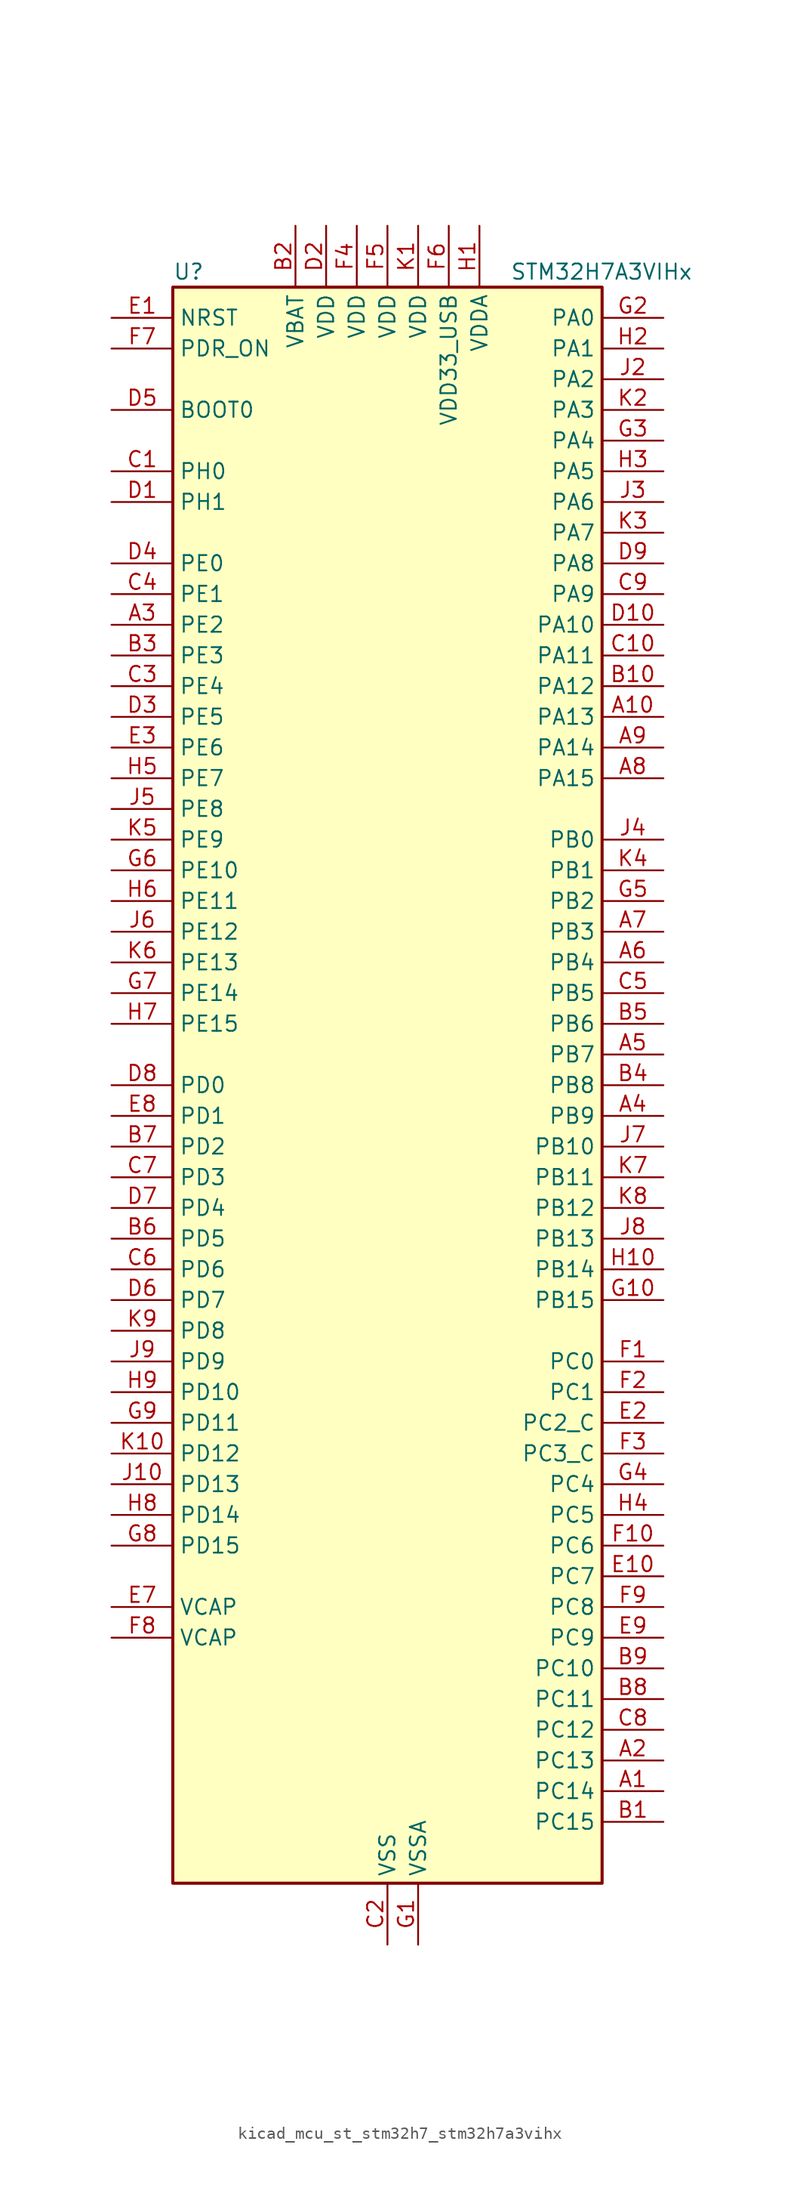
<source format=kicad_sym>
(kicad_symbol_lib
  (version 20220914)
  (generator kicad_symbol_editor)
  (symbol "kicad_mcu_st_stm32h7_stm32h7a3vihx"
    (property "Reference" "U"
      (at -17.78 67.31 0)
      (effects (font (size 1.27 1.27)) (justify left)))
    (property "Value" "STM32H7A3VIHx"
      (at 10.16 67.31 0)
      (effects (font (size 1.27 1.27)) (justify left)))
    (property "ki_locked" ""
      (at 0 0 0)
      (effects (font (size 1.27 1.27))))
    (symbol "kicad_mcu_st_stm32h7_stm32h7a3vihx_0_1"
      (rectangle (start -17.78 -66.04) (end 17.78 66.04) (stroke (width 0.254) (type default)) (fill (type background))))
    (symbol "kicad_mcu_st_stm32h7_stm32h7a3vihx_1_1"
      (pin bidirectional line (at 22.86 -58.42 180) (length 5.08) (name "PC14" (effects (font (size 1.27 1.27)))) (number "A1" (effects (font (size 1.27 1.27)))) (alternate "RCC_OSC32_IN" bidirectional line))
      (pin bidirectional line (at 22.86 30.48 180) (length 5.08) (name "PA13" (effects (font (size 1.27 1.27)))) (number "A10" (effects (font (size 1.27 1.27)))) (alternate "DEBUG_JTMS-SWDIO" bidirectional line))
      (pin bidirectional line (at 22.86 -55.88 180) (length 5.08) (name "PC13" (effects (font (size 1.27 1.27)))) (number "A2" (effects (font (size 1.27 1.27)))) (alternate "PWR_WKUP4" bidirectional line) (alternate "RTC_OUT_ALARM" bidirectional line) (alternate "RTC_OUT_CALIB" bidirectional line) (alternate "RTC_TAMP1" bidirectional line) (alternate "RTC_TS" bidirectional line))
      (pin bidirectional line (at -22.86 38.1 0) (length 5.08) (name "PE2" (effects (font (size 1.27 1.27)))) (number "A3" (effects (font (size 1.27 1.27)))) (alternate "DEBUG_TRACECLK" bidirectional line) (alternate "FMC_A23" bidirectional line) (alternate "OCTOSPIM_P1_IO2" bidirectional line) (alternate "SAI1_CK1" bidirectional line) (alternate "SAI1_MCLK_A" bidirectional line) (alternate "SPI4_SCK" bidirectional line) (alternate "USART10_RX" bidirectional line))
      (pin bidirectional line (at 22.86 -2.54 180) (length 5.08) (name "PB9" (effects (font (size 1.27 1.27)))) (number "A4" (effects (font (size 1.27 1.27)))) (alternate "DAC1_EXTI9" bidirectional line) (alternate "DCMI_D7" bidirectional line) (alternate "DFSDM1_DATIN7" bidirectional line) (alternate "FDCAN1_TX" bidirectional line) (alternate "I2C1_SDA" bidirectional line) (alternate "I2C4_SDA" bidirectional line) (alternate "I2C4_SMBA" bidirectional line) (alternate "I2S2_WS" bidirectional line) (alternate "LTDC_B7" bidirectional line) (alternate "PSSI_D7" bidirectional line) (alternate "SDMMC1_CDIR" bidirectional line) (alternate "SDMMC1_D5" bidirectional line) (alternate "SDMMC2_D5" bidirectional line) (alternate "SPI2_NSS" bidirectional line) (alternate "TIM17_CH1" bidirectional line) (alternate "TIM4_CH4" bidirectional line) (alternate "UART4_TX" bidirectional line))
      (pin bidirectional line (at 22.86 2.54 180) (length 5.08) (name "PB7" (effects (font (size 1.27 1.27)))) (number "A5" (effects (font (size 1.27 1.27)))) (alternate "DCMI_VSYNC" bidirectional line) (alternate "DFSDM1_CKIN5" bidirectional line) (alternate "FMC_NL" bidirectional line) (alternate "I2C1_SDA" bidirectional line) (alternate "I2C4_SDA" bidirectional line) (alternate "LPUART1_RX" bidirectional line) (alternate "PSSI_RDY" bidirectional line) (alternate "PWR_PVD_IN" bidirectional line) (alternate "TIM17_CH1N" bidirectional line) (alternate "TIM4_CH2" bidirectional line) (alternate "USART1_RX" bidirectional line))
      (pin bidirectional line (at 22.86 10.16 180) (length 5.08) (name "PB4" (effects (font (size 1.27 1.27)))) (number "A6" (effects (font (size 1.27 1.27)))) (alternate "DEBUG_JTRST" bidirectional line) (alternate "I2S1_SDI" bidirectional line) (alternate "I2S2_WS" bidirectional line) (alternate "I2S3_SDI" bidirectional line) (alternate "I2S6_SDI" bidirectional line) (alternate "SDMMC2_D3" bidirectional line) (alternate "SPI1_MISO" bidirectional line) (alternate "SPI2_NSS" bidirectional line) (alternate "SPI3_MISO" bidirectional line) (alternate "SPI6_MISO" bidirectional line) (alternate "TIM16_BKIN" bidirectional line) (alternate "TIM3_CH1" bidirectional line) (alternate "UART7_TX" bidirectional line))
      (pin bidirectional line (at 22.86 12.7 180) (length 5.08) (name "PB3" (effects (font (size 1.27 1.27)))) (number "A7" (effects (font (size 1.27 1.27)))) (alternate "CRS_SYNC" bidirectional line) (alternate "DEBUG_JTDO-SWO" bidirectional line) (alternate "I2S1_CK" bidirectional line) (alternate "I2S3_CK" bidirectional line) (alternate "I2S6_CK" bidirectional line) (alternate "SDMMC2_D2" bidirectional line) (alternate "SPI1_SCK" bidirectional line) (alternate "SPI3_SCK" bidirectional line) (alternate "SPI6_SCK" bidirectional line) (alternate "TIM2_CH2" bidirectional line) (alternate "UART7_RX" bidirectional line))
      (pin bidirectional line (at 22.86 25.4 180) (length 5.08) (name "PA15" (effects (font (size 1.27 1.27)))) (number "A8" (effects (font (size 1.27 1.27)))) (alternate "ADC1_EXTI15" bidirectional line) (alternate "ADC2_EXTI15" bidirectional line) (alternate "CEC" bidirectional line) (alternate "DEBUG_JTDI" bidirectional line) (alternate "I2S1_WS" bidirectional line) (alternate "I2S3_WS" bidirectional line) (alternate "I2S6_WS" bidirectional line) (alternate "LTDC_B6" bidirectional line) (alternate "LTDC_R3" bidirectional line) (alternate "SPI1_NSS" bidirectional line) (alternate "SPI3_NSS" bidirectional line) (alternate "SPI6_NSS" bidirectional line) (alternate "TIM2_CH1" bidirectional line) (alternate "TIM2_ETR" bidirectional line) (alternate "UART4_DE" bidirectional line) (alternate "UART4_RTS" bidirectional line) (alternate "UART7_TX" bidirectional line))
      (pin bidirectional line (at 22.86 27.94 180) (length 5.08) (name "PA14" (effects (font (size 1.27 1.27)))) (number "A9" (effects (font (size 1.27 1.27)))) (alternate "DEBUG_JTCK-SWCLK" bidirectional line))
      (pin bidirectional line (at 22.86 -60.96 180) (length 5.08) (name "PC15" (effects (font (size 1.27 1.27)))) (number "B1" (effects (font (size 1.27 1.27)))) (alternate "ADC1_EXTI15" bidirectional line) (alternate "ADC2_EXTI15" bidirectional line) (alternate "RCC_OSC32_OUT" bidirectional line))
      (pin bidirectional line (at 22.86 33.02 180) (length 5.08) (name "PA12" (effects (font (size 1.27 1.27)))) (number "B10" (effects (font (size 1.27 1.27)))) (alternate "FDCAN1_TX" bidirectional line) (alternate "I2S2_CK" bidirectional line) (alternate "LPUART1_DE" bidirectional line) (alternate "LPUART1_RTS" bidirectional line) (alternate "LTDC_R5" bidirectional line) (alternate "SAI2_FS_B" bidirectional line) (alternate "SPI2_SCK" bidirectional line) (alternate "TIM1_ETR" bidirectional line) (alternate "UART4_TX" bidirectional line) (alternate "USART1_DE" bidirectional line) (alternate "USART1_RTS" bidirectional line) (alternate "USB_OTG_HS_DP" bidirectional line))
      (pin power_in line (at -7.62 71.12 270) (length 5.08) (name "VBAT" (effects (font (size 1.27 1.27)))) (number "B2" (effects (font (size 1.27 1.27)))))
      (pin bidirectional line (at -22.86 35.56 0) (length 5.08) (name "PE3" (effects (font (size 1.27 1.27)))) (number "B3" (effects (font (size 1.27 1.27)))) (alternate "DEBUG_TRACED0" bidirectional line) (alternate "FMC_A19" bidirectional line) (alternate "SAI1_SD_B" bidirectional line) (alternate "TIM15_BKIN" bidirectional line) (alternate "USART10_TX" bidirectional line))
      (pin bidirectional line (at 22.86 0 180) (length 5.08) (name "PB8" (effects (font (size 1.27 1.27)))) (number "B4" (effects (font (size 1.27 1.27)))) (alternate "DCMI_D6" bidirectional line) (alternate "DFSDM1_CKIN7" bidirectional line) (alternate "FDCAN1_RX" bidirectional line) (alternate "I2C1_SCL" bidirectional line) (alternate "I2C4_SCL" bidirectional line) (alternate "LTDC_B6" bidirectional line) (alternate "PSSI_D6" bidirectional line) (alternate "SDMMC1_CKIN" bidirectional line) (alternate "SDMMC1_D4" bidirectional line) (alternate "SDMMC2_D4" bidirectional line) (alternate "TIM16_CH1" bidirectional line) (alternate "TIM4_CH3" bidirectional line) (alternate "UART4_RX" bidirectional line))
      (pin bidirectional line (at 22.86 5.08 180) (length 5.08) (name "PB6" (effects (font (size 1.27 1.27)))) (number "B5" (effects (font (size 1.27 1.27)))) (alternate "CEC" bidirectional line) (alternate "DCMI_D5" bidirectional line) (alternate "DFSDM1_DATIN5" bidirectional line) (alternate "FDCAN2_TX" bidirectional line) (alternate "FMC_SDNE1" bidirectional line) (alternate "I2C1_SCL" bidirectional line) (alternate "I2C4_SCL" bidirectional line) (alternate "LPUART1_TX" bidirectional line) (alternate "OCTOSPIM_P1_NCS" bidirectional line) (alternate "PSSI_D5" bidirectional line) (alternate "TIM16_CH1N" bidirectional line) (alternate "TIM4_CH1" bidirectional line) (alternate "UART5_TX" bidirectional line) (alternate "USART1_TX" bidirectional line))
      (pin bidirectional line (at -22.86 -12.7 0) (length 5.08) (name "PD5" (effects (font (size 1.27 1.27)))) (number "B6" (effects (font (size 1.27 1.27)))) (alternate "FMC_NWE" bidirectional line) (alternate "OCTOSPIM_P1_IO5" bidirectional line) (alternate "USART2_TX" bidirectional line))
      (pin bidirectional line (at -22.86 -5.08 0) (length 5.08) (name "PD2" (effects (font (size 1.27 1.27)))) (number "B7" (effects (font (size 1.27 1.27)))) (alternate "DCMI_D11" bidirectional line) (alternate "DEBUG_TRACED2" bidirectional line) (alternate "LTDC_B2" bidirectional line) (alternate "LTDC_B7" bidirectional line) (alternate "PSSI_D11" bidirectional line) (alternate "SDMMC1_CMD" bidirectional line) (alternate "TIM15_BKIN" bidirectional line) (alternate "TIM3_ETR" bidirectional line) (alternate "UART5_RX" bidirectional line))
      (pin bidirectional line (at 22.86 -50.8 180) (length 5.08) (name "PC11" (effects (font (size 1.27 1.27)))) (number "B8" (effects (font (size 1.27 1.27)))) (alternate "ADC1_EXTI11" bidirectional line) (alternate "ADC2_EXTI11" bidirectional line) (alternate "DCMI_D4" bidirectional line) (alternate "DFSDM1_DATIN5" bidirectional line) (alternate "DFSDM2_DATIN0" bidirectional line) (alternate "I2S3_SDI" bidirectional line) (alternate "LTDC_B4" bidirectional line) (alternate "OCTOSPIM_P1_NCS" bidirectional line) (alternate "PSSI_D4" bidirectional line) (alternate "SDMMC1_D3" bidirectional line) (alternate "SPI3_MISO" bidirectional line) (alternate "UART4_RX" bidirectional line) (alternate "USART3_RX" bidirectional line))
      (pin bidirectional line (at 22.86 -48.26 180) (length 5.08) (name "PC10" (effects (font (size 1.27 1.27)))) (number "B9" (effects (font (size 1.27 1.27)))) (alternate "DCMI_D8" bidirectional line) (alternate "DFSDM1_CKIN5" bidirectional line) (alternate "DFSDM2_CKIN0" bidirectional line) (alternate "I2S3_CK" bidirectional line) (alternate "LTDC_B1" bidirectional line) (alternate "LTDC_R2" bidirectional line) (alternate "OCTOSPIM_P1_IO1" bidirectional line) (alternate "PSSI_D8" bidirectional line) (alternate "SDMMC1_D2" bidirectional line) (alternate "SPI3_SCK" bidirectional line) (alternate "SWPMI1_RX" bidirectional line) (alternate "UART4_TX" bidirectional line) (alternate "USART3_TX" bidirectional line))
      (pin bidirectional line (at -22.86 50.8 0) (length 5.08) (name "PH0" (effects (font (size 1.27 1.27)))) (number "C1" (effects (font (size 1.27 1.27)))) (alternate "RCC_OSC_IN" bidirectional line))
      (pin bidirectional line (at 22.86 35.56 180) (length 5.08) (name "PA11" (effects (font (size 1.27 1.27)))) (number "C10" (effects (font (size 1.27 1.27)))) (alternate "ADC1_EXTI11" bidirectional line) (alternate "ADC2_EXTI11" bidirectional line) (alternate "FDCAN1_RX" bidirectional line) (alternate "I2S2_WS" bidirectional line) (alternate "LPUART1_CTS" bidirectional line) (alternate "LTDC_R4" bidirectional line) (alternate "SPI2_NSS" bidirectional line) (alternate "TIM1_CH4" bidirectional line) (alternate "UART4_RX" bidirectional line) (alternate "USART1_CTS" bidirectional line) (alternate "USART1_NSS" bidirectional line) (alternate "USB_OTG_HS_DM" bidirectional line))
      (pin power_in line (at 0 -71.12 90) (length 5.08) (name "VSS" (effects (font (size 1.27 1.27)))) (number "C2" (effects (font (size 1.27 1.27)))))
      (pin bidirectional line (at -22.86 33.02 0) (length 5.08) (name "PE4" (effects (font (size 1.27 1.27)))) (number "C3" (effects (font (size 1.27 1.27)))) (alternate "DCMI_D4" bidirectional line) (alternate "DEBUG_TRACED1" bidirectional line) (alternate "DFSDM1_DATIN3" bidirectional line) (alternate "FMC_A20" bidirectional line) (alternate "LTDC_B0" bidirectional line) (alternate "PSSI_D4" bidirectional line) (alternate "SAI1_D2" bidirectional line) (alternate "SAI1_FS_A" bidirectional line) (alternate "SPI4_NSS" bidirectional line) (alternate "TIM15_CH1N" bidirectional line))
      (pin bidirectional line (at -22.86 40.64 0) (length 5.08) (name "PE1" (effects (font (size 1.27 1.27)))) (number "C4" (effects (font (size 1.27 1.27)))) (alternate "DCMI_D3" bidirectional line) (alternate "FMC_NBL1" bidirectional line) (alternate "LPTIM1_IN2" bidirectional line) (alternate "LTDC_R6" bidirectional line) (alternate "PSSI_D3" bidirectional line) (alternate "UART8_TX" bidirectional line))
      (pin bidirectional line (at 22.86 7.62 180) (length 5.08) (name "PB5" (effects (font (size 1.27 1.27)))) (number "C5" (effects (font (size 1.27 1.27)))) (alternate "DCMI_D10" bidirectional line) (alternate "FDCAN2_RX" bidirectional line) (alternate "FMC_SDCKE1" bidirectional line) (alternate "I2C1_SMBA" bidirectional line) (alternate "I2C4_SMBA" bidirectional line) (alternate "I2S1_SDO" bidirectional line) (alternate "I2S3_SDO" bidirectional line) (alternate "I2S6_SDO" bidirectional line) (alternate "LTDC_B5" bidirectional line) (alternate "PSSI_D10" bidirectional line) (alternate "SPI1_MOSI" bidirectional line) (alternate "SPI3_MOSI" bidirectional line) (alternate "SPI6_MOSI" bidirectional line) (alternate "TIM17_BKIN" bidirectional line) (alternate "TIM3_CH2" bidirectional line) (alternate "UART5_RX" bidirectional line) (alternate "USB_OTG_HS_ULPI_D7" bidirectional line))
      (pin bidirectional line (at -22.86 -15.24 0) (length 5.08) (name "PD6" (effects (font (size 1.27 1.27)))) (number "C6" (effects (font (size 1.27 1.27)))) (alternate "DCMI_D10" bidirectional line) (alternate "DFSDM1_CKIN4" bidirectional line) (alternate "DFSDM1_DATIN1" bidirectional line) (alternate "FMC_NWAIT" bidirectional line) (alternate "I2S3_SDO" bidirectional line) (alternate "LTDC_B2" bidirectional line) (alternate "OCTOSPIM_P1_IO6" bidirectional line) (alternate "PSSI_D10" bidirectional line) (alternate "SAI1_D1" bidirectional line) (alternate "SAI1_SD_A" bidirectional line) (alternate "SDMMC2_CK" bidirectional line) (alternate "SPI3_MOSI" bidirectional line) (alternate "USART2_RX" bidirectional line))
      (pin bidirectional line (at -22.86 -7.62 0) (length 5.08) (name "PD3" (effects (font (size 1.27 1.27)))) (number "C7" (effects (font (size 1.27 1.27)))) (alternate "DCMI_D5" bidirectional line) (alternate "DFSDM1_CKOUT" bidirectional line) (alternate "FMC_CLK" bidirectional line) (alternate "I2S2_CK" bidirectional line) (alternate "LTDC_G7" bidirectional line) (alternate "PSSI_D5" bidirectional line) (alternate "SPI2_SCK" bidirectional line) (alternate "USART2_CTS" bidirectional line) (alternate "USART2_NSS" bidirectional line))
      (pin bidirectional line (at 22.86 -53.34 180) (length 5.08) (name "PC12" (effects (font (size 1.27 1.27)))) (number "C8" (effects (font (size 1.27 1.27)))) (alternate "DCMI_D9" bidirectional line) (alternate "DEBUG_TRACED3" bidirectional line) (alternate "DFSDM2_CKOUT" bidirectional line) (alternate "I2S3_SDO" bidirectional line) (alternate "I2S6_CK" bidirectional line) (alternate "LTDC_R6" bidirectional line) (alternate "PSSI_D9" bidirectional line) (alternate "SDMMC1_CK" bidirectional line) (alternate "SPI3_MOSI" bidirectional line) (alternate "SPI6_SCK" bidirectional line) (alternate "TIM15_CH1" bidirectional line) (alternate "UART5_TX" bidirectional line) (alternate "USART3_CK" bidirectional line))
      (pin bidirectional line (at 22.86 40.64 180) (length 5.08) (name "PA9" (effects (font (size 1.27 1.27)))) (number "C9" (effects (font (size 1.27 1.27)))) (alternate "DAC1_EXTI9" bidirectional line) (alternate "DCMI_D0" bidirectional line) (alternate "I2C3_SMBA" bidirectional line) (alternate "I2S2_CK" bidirectional line) (alternate "LPUART1_TX" bidirectional line) (alternate "LTDC_R5" bidirectional line) (alternate "PSSI_D0" bidirectional line) (alternate "SPI2_SCK" bidirectional line) (alternate "TIM1_CH2" bidirectional line) (alternate "USART1_TX" bidirectional line) (alternate "USB_OTG_HS_VBUS" bidirectional line))
      (pin bidirectional line (at -22.86 48.26 0) (length 5.08) (name "PH1" (effects (font (size 1.27 1.27)))) (number "D1" (effects (font (size 1.27 1.27)))) (alternate "RCC_OSC_OUT" bidirectional line))
      (pin bidirectional line (at 22.86 38.1 180) (length 5.08) (name "PA10" (effects (font (size 1.27 1.27)))) (number "D10" (effects (font (size 1.27 1.27)))) (alternate "DCMI_D1" bidirectional line) (alternate "LPUART1_RX" bidirectional line) (alternate "LTDC_B1" bidirectional line) (alternate "LTDC_B4" bidirectional line) (alternate "MDIOS_MDIO" bidirectional line) (alternate "PSSI_D1" bidirectional line) (alternate "TIM1_CH3" bidirectional line) (alternate "USART1_RX" bidirectional line) (alternate "USB_OTG_HS_ID" bidirectional line))
      (pin power_in line (at -5.08 71.12 270) (length 5.08) (name "VDD" (effects (font (size 1.27 1.27)))) (number "D2" (effects (font (size 1.27 1.27)))))
      (pin bidirectional line (at -22.86 30.48 0) (length 5.08) (name "PE5" (effects (font (size 1.27 1.27)))) (number "D3" (effects (font (size 1.27 1.27)))) (alternate "DCMI_D6" bidirectional line) (alternate "DEBUG_TRACED2" bidirectional line) (alternate "DFSDM1_CKIN3" bidirectional line) (alternate "FMC_A21" bidirectional line) (alternate "LTDC_G0" bidirectional line) (alternate "PSSI_D6" bidirectional line) (alternate "SAI1_CK2" bidirectional line) (alternate "SAI1_SCK_A" bidirectional line) (alternate "SPI4_MISO" bidirectional line) (alternate "TIM15_CH1" bidirectional line))
      (pin bidirectional line (at -22.86 43.18 0) (length 5.08) (name "PE0" (effects (font (size 1.27 1.27)))) (number "D4" (effects (font (size 1.27 1.27)))) (alternate "DCMI_D2" bidirectional line) (alternate "FMC_NBL0" bidirectional line) (alternate "LPTIM1_ETR" bidirectional line) (alternate "LPTIM2_ETR" bidirectional line) (alternate "LTDC_R0" bidirectional line) (alternate "PSSI_D2" bidirectional line) (alternate "SAI2_MCLK_A" bidirectional line) (alternate "TIM4_ETR" bidirectional line) (alternate "UART8_RX" bidirectional line))
      (pin input line (at -22.86 55.88 0) (length 5.08) (name "BOOT0" (effects (font (size 1.27 1.27)))) (number "D5" (effects (font (size 1.27 1.27)))))
      (pin bidirectional line (at -22.86 -17.78 0) (length 5.08) (name "PD7" (effects (font (size 1.27 1.27)))) (number "D6" (effects (font (size 1.27 1.27)))) (alternate "DFSDM1_CKIN1" bidirectional line) (alternate "DFSDM1_DATIN4" bidirectional line) (alternate "FMC_NE1" bidirectional line) (alternate "I2S1_SDO" bidirectional line) (alternate "OCTOSPIM_P1_IO7" bidirectional line) (alternate "SDMMC2_CMD" bidirectional line) (alternate "SPDIFRX_IN0" bidirectional line) (alternate "SPI1_MOSI" bidirectional line) (alternate "USART2_CK" bidirectional line))
      (pin bidirectional line (at -22.86 -10.16 0) (length 5.08) (name "PD4" (effects (font (size 1.27 1.27)))) (number "D7" (effects (font (size 1.27 1.27)))) (alternate "FMC_NOE" bidirectional line) (alternate "OCTOSPIM_P1_IO4" bidirectional line) (alternate "USART2_DE" bidirectional line) (alternate "USART2_RTS" bidirectional line))
      (pin bidirectional line (at -22.86 0 0) (length 5.08) (name "PD0" (effects (font (size 1.27 1.27)))) (number "D8" (effects (font (size 1.27 1.27)))) (alternate "DFSDM1_CKIN6" bidirectional line) (alternate "FDCAN1_RX" bidirectional line) (alternate "FMC_D2" bidirectional line) (alternate "FMC_DA2" bidirectional line) (alternate "LTDC_B1" bidirectional line) (alternate "UART4_RX" bidirectional line) (alternate "UART9_CTS" bidirectional line))
      (pin bidirectional line (at 22.86 43.18 180) (length 5.08) (name "PA8" (effects (font (size 1.27 1.27)))) (number "D9" (effects (font (size 1.27 1.27)))) (alternate "I2C3_SCL" bidirectional line) (alternate "LTDC_B3" bidirectional line) (alternate "LTDC_R6" bidirectional line) (alternate "RCC_MCO_1" bidirectional line) (alternate "TIM1_CH1" bidirectional line) (alternate "TIM8_BKIN2" bidirectional line) (alternate "TIM8_BKIN2_COMP1" bidirectional line) (alternate "TIM8_BKIN2_COMP2" bidirectional line) (alternate "UART7_RX" bidirectional line) (alternate "USART1_CK" bidirectional line) (alternate "USB_OTG_HS_SOF" bidirectional line))
      (pin input line (at -22.86 63.5 0) (length 5.08) (name "NRST" (effects (font (size 1.27 1.27)))) (number "E1" (effects (font (size 1.27 1.27)))))
      (pin bidirectional line (at 22.86 -40.64 180) (length 5.08) (name "PC7" (effects (font (size 1.27 1.27)))) (number "E10" (effects (font (size 1.27 1.27)))) (alternate "DCMI_D1" bidirectional line) (alternate "DEBUG_TRGIO" bidirectional line) (alternate "DFSDM1_DATIN3" bidirectional line) (alternate "FMC_NE1" bidirectional line) (alternate "I2S3_MCK" bidirectional line) (alternate "LTDC_G6" bidirectional line) (alternate "PSSI_D1" bidirectional line) (alternate "SDMMC1_D123DIR" bidirectional line) (alternate "SDMMC1_D7" bidirectional line) (alternate "SDMMC2_D7" bidirectional line) (alternate "SWPMI1_TX" bidirectional line) (alternate "TIM3_CH2" bidirectional line) (alternate "TIM8_CH2" bidirectional line) (alternate "USART6_RX" bidirectional line))
      (pin bidirectional line (at 22.86 -27.94 180) (length 5.08) (name "PC2_C" (effects (font (size 1.27 1.27)))) (number "E2" (effects (font (size 1.27 1.27)))) (alternate "ADC2_INN1" bidirectional line) (alternate "ADC2_INP0" bidirectional line) (alternate "DFSDM1_CKIN1" bidirectional line) (alternate "DFSDM1_CKOUT" bidirectional line) (alternate "FMC_SDNE0" bidirectional line) (alternate "I2S2_SDI" bidirectional line) (alternate "OCTOSPIM_P1_IO2" bidirectional line) (alternate "OCTOSPIM_P1_IO5" bidirectional line) (alternate "PWR_CSTOP" bidirectional line) (alternate "SPI2_MISO" bidirectional line) (alternate "USB_OTG_HS_ULPI_DIR" bidirectional line))
      (pin bidirectional line (at -22.86 27.94 0) (length 5.08) (name "PE6" (effects (font (size 1.27 1.27)))) (number "E3" (effects (font (size 1.27 1.27)))) (alternate "DCMI_D7" bidirectional line) (alternate "DEBUG_TRACED3" bidirectional line) (alternate "FMC_A22" bidirectional line) (alternate "LTDC_G1" bidirectional line) (alternate "PSSI_D7" bidirectional line) (alternate "SAI1_D1" bidirectional line) (alternate "SAI1_SD_A" bidirectional line) (alternate "SAI2_MCLK_B" bidirectional line) (alternate "SPI4_MOSI" bidirectional line) (alternate "TIM15_CH2" bidirectional line) (alternate "TIM1_BKIN2" bidirectional line) (alternate "TIM1_BKIN2_COMP1" bidirectional line) (alternate "TIM1_BKIN2_COMP2" bidirectional line))
      (pin passive line (at 0 -71.12 90) (length 5.08) hide (name "VSS" (effects (font (size 1.27 1.27)))) (number "E4" (effects (font (size 1.27 1.27)))))
      (pin passive line (at 0 -71.12 90) (length 5.08) hide (name "VSS" (effects (font (size 1.27 1.27)))) (number "E5" (effects (font (size 1.27 1.27)))))
      (pin passive line (at 0 -71.12 90) (length 5.08) hide (name "VSS" (effects (font (size 1.27 1.27)))) (number "E6" (effects (font (size 1.27 1.27)))))
      (pin power_out line (at -22.86 -43.18 0) (length 5.08) (name "VCAP" (effects (font (size 1.27 1.27)))) (number "E7" (effects (font (size 1.27 1.27)))))
      (pin bidirectional line (at -22.86 -2.54 0) (length 5.08) (name "PD1" (effects (font (size 1.27 1.27)))) (number "E8" (effects (font (size 1.27 1.27)))) (alternate "DFSDM1_DATIN6" bidirectional line) (alternate "FDCAN1_TX" bidirectional line) (alternate "FMC_D3" bidirectional line) (alternate "FMC_DA3" bidirectional line) (alternate "UART4_TX" bidirectional line))
      (pin bidirectional line (at 22.86 -45.72 180) (length 5.08) (name "PC9" (effects (font (size 1.27 1.27)))) (number "E9" (effects (font (size 1.27 1.27)))) (alternate "DAC1_EXTI9" bidirectional line) (alternate "DCMI_D3" bidirectional line) (alternate "I2C3_SDA" bidirectional line) (alternate "I2S_CKIN" bidirectional line) (alternate "LTDC_B2" bidirectional line) (alternate "LTDC_G3" bidirectional line) (alternate "OCTOSPIM_P1_IO0" bidirectional line) (alternate "PSSI_D3" bidirectional line) (alternate "RCC_MCO_2" bidirectional line) (alternate "SDMMC1_D1" bidirectional line) (alternate "SWPMI1_SUSPEND" bidirectional line) (alternate "TIM3_CH4" bidirectional line) (alternate "TIM8_CH4" bidirectional line) (alternate "UART5_CTS" bidirectional line))
      (pin bidirectional line (at 22.86 -22.86 180) (length 5.08) (name "PC0" (effects (font (size 1.27 1.27)))) (number "F1" (effects (font (size 1.27 1.27)))) (alternate "ADC1_INP10" bidirectional line) (alternate "ADC2_INP10" bidirectional line) (alternate "DFSDM1_CKIN0" bidirectional line) (alternate "DFSDM1_DATIN4" bidirectional line) (alternate "FMC_A25" bidirectional line) (alternate "FMC_SDNWE" bidirectional line) (alternate "LTDC_G2" bidirectional line) (alternate "LTDC_R5" bidirectional line) (alternate "SAI2_FS_B" bidirectional line) (alternate "USB_OTG_HS_ULPI_STP" bidirectional line))
      (pin bidirectional line (at 22.86 -38.1 180) (length 5.08) (name "PC6" (effects (font (size 1.27 1.27)))) (number "F10" (effects (font (size 1.27 1.27)))) (alternate "DCMI_D0" bidirectional line) (alternate "DFSDM1_CKIN3" bidirectional line) (alternate "FMC_NWAIT" bidirectional line) (alternate "I2S2_MCK" bidirectional line) (alternate "LTDC_HSYNC" bidirectional line) (alternate "PSSI_D0" bidirectional line) (alternate "SDMMC1_D0DIR" bidirectional line) (alternate "SDMMC1_D6" bidirectional line) (alternate "SDMMC2_D6" bidirectional line) (alternate "SWPMI1_IO" bidirectional line) (alternate "TIM3_CH1" bidirectional line) (alternate "TIM8_CH1" bidirectional line) (alternate "USART6_TX" bidirectional line))
      (pin bidirectional line (at 22.86 -25.4 180) (length 5.08) (name "PC1" (effects (font (size 1.27 1.27)))) (number "F2" (effects (font (size 1.27 1.27)))) (alternate "ADC1_INN10" bidirectional line) (alternate "ADC1_INP11" bidirectional line) (alternate "ADC2_INN10" bidirectional line) (alternate "ADC2_INP11" bidirectional line) (alternate "DEBUG_TRACED0" bidirectional line) (alternate "DFSDM1_CKIN4" bidirectional line) (alternate "DFSDM1_DATIN0" bidirectional line) (alternate "I2S2_SDO" bidirectional line) (alternate "LTDC_G5" bidirectional line) (alternate "MDIOS_MDC" bidirectional line) (alternate "OCTOSPIM_P1_IO4" bidirectional line) (alternate "PWR_WKUP6" bidirectional line) (alternate "RTC_TAMP3" bidirectional line) (alternate "SAI1_D1" bidirectional line) (alternate "SAI1_SD_A" bidirectional line) (alternate "SDMMC2_CK" bidirectional line) (alternate "SPI2_MOSI" bidirectional line))
      (pin bidirectional line (at 22.86 -30.48 180) (length 5.08) (name "PC3_C" (effects (font (size 1.27 1.27)))) (number "F3" (effects (font (size 1.27 1.27)))) (alternate "ADC2_INP1" bidirectional line) (alternate "DFSDM1_DATIN1" bidirectional line) (alternate "FMC_SDCKE0" bidirectional line) (alternate "I2S2_SDO" bidirectional line) (alternate "OCTOSPIM_P1_IO0" bidirectional line) (alternate "OCTOSPIM_P1_IO6" bidirectional line) (alternate "PWR_CSLEEP" bidirectional line) (alternate "SPI2_MOSI" bidirectional line) (alternate "USB_OTG_HS_ULPI_NXT" bidirectional line))
      (pin power_in line (at -2.54 71.12 270) (length 5.08) (name "VDD" (effects (font (size 1.27 1.27)))) (number "F4" (effects (font (size 1.27 1.27)))))
      (pin power_in line (at 0 71.12 270) (length 5.08) (name "VDD" (effects (font (size 1.27 1.27)))) (number "F5" (effects (font (size 1.27 1.27)))))
      (pin power_in line (at 5.08 71.12 270) (length 5.08) (name "VDD33_USB" (effects (font (size 1.27 1.27)))) (number "F6" (effects (font (size 1.27 1.27)))))
      (pin input line (at -22.86 60.96 0) (length 5.08) (name "PDR_ON" (effects (font (size 1.27 1.27)))) (number "F7" (effects (font (size 1.27 1.27)))))
      (pin power_out line (at -22.86 -45.72 0) (length 5.08) (name "VCAP" (effects (font (size 1.27 1.27)))) (number "F8" (effects (font (size 1.27 1.27)))))
      (pin bidirectional line (at 22.86 -43.18 180) (length 5.08) (name "PC8" (effects (font (size 1.27 1.27)))) (number "F9" (effects (font (size 1.27 1.27)))) (alternate "DCMI_D2" bidirectional line) (alternate "DEBUG_TRACED1" bidirectional line) (alternate "FMC_INT" bidirectional line) (alternate "FMC_NCE" bidirectional line) (alternate "FMC_NE2" bidirectional line) (alternate "PSSI_D2" bidirectional line) (alternate "SDMMC1_D0" bidirectional line) (alternate "SWPMI1_RX" bidirectional line) (alternate "TIM3_CH3" bidirectional line) (alternate "TIM8_CH3" bidirectional line) (alternate "UART5_DE" bidirectional line) (alternate "UART5_RTS" bidirectional line) (alternate "USART6_CK" bidirectional line))
      (pin power_in line (at 2.54 -71.12 90) (length 5.08) (name "VSSA" (effects (font (size 1.27 1.27)))) (number "G1" (effects (font (size 1.27 1.27)))))
      (pin bidirectional line (at 22.86 -17.78 180) (length 5.08) (name "PB15" (effects (font (size 1.27 1.27)))) (number "G10" (effects (font (size 1.27 1.27)))) (alternate "ADC1_EXTI15" bidirectional line) (alternate "ADC2_EXTI15" bidirectional line) (alternate "DFSDM1_CKIN2" bidirectional line) (alternate "I2S2_SDO" bidirectional line) (alternate "LTDC_G7" bidirectional line) (alternate "RTC_REFIN" bidirectional line) (alternate "SDMMC2_D1" bidirectional line) (alternate "SPI2_MOSI" bidirectional line) (alternate "TIM12_CH2" bidirectional line) (alternate "TIM1_CH3N" bidirectional line) (alternate "TIM8_CH3N" bidirectional line) (alternate "UART4_CTS" bidirectional line) (alternate "USART1_RX" bidirectional line))
      (pin bidirectional line (at 22.86 63.5 180) (length 5.08) (name "PA0" (effects (font (size 1.27 1.27)))) (number "G2" (effects (font (size 1.27 1.27)))) (alternate "ADC1_INP16" bidirectional line) (alternate "I2S6_WS" bidirectional line) (alternate "PWR_WKUP1" bidirectional line) (alternate "SAI2_SD_B" bidirectional line) (alternate "SDMMC2_CMD" bidirectional line) (alternate "SPI6_NSS" bidirectional line) (alternate "TIM15_BKIN" bidirectional line) (alternate "TIM2_CH1" bidirectional line) (alternate "TIM2_ETR" bidirectional line) (alternate "TIM5_CH1" bidirectional line) (alternate "TIM8_ETR" bidirectional line) (alternate "UART4_TX" bidirectional line) (alternate "USART2_CTS" bidirectional line) (alternate "USART2_NSS" bidirectional line))
      (pin bidirectional line (at 22.86 53.34 180) (length 5.08) (name "PA4" (effects (font (size 1.27 1.27)))) (number "G3" (effects (font (size 1.27 1.27)))) (alternate "ADC1_INP18" bidirectional line) (alternate "DAC1_OUT1" bidirectional line) (alternate "DCMI_HSYNC" bidirectional line) (alternate "I2S1_WS" bidirectional line) (alternate "I2S3_WS" bidirectional line) (alternate "I2S6_WS" bidirectional line) (alternate "LTDC_VSYNC" bidirectional line) (alternate "PSSI_DE" bidirectional line) (alternate "SPI1_NSS" bidirectional line) (alternate "SPI3_NSS" bidirectional line) (alternate "SPI6_NSS" bidirectional line) (alternate "TIM5_ETR" bidirectional line) (alternate "USART2_CK" bidirectional line))
      (pin bidirectional line (at 22.86 -33.02 180) (length 5.08) (name "PC4" (effects (font (size 1.27 1.27)))) (number "G4" (effects (font (size 1.27 1.27)))) (alternate "ADC1_INP4" bidirectional line) (alternate "ADC2_INP4" bidirectional line) (alternate "COMP1_INM" bidirectional line) (alternate "DFSDM1_CKIN2" bidirectional line) (alternate "FMC_SDNE0" bidirectional line) (alternate "I2S1_MCK" bidirectional line) (alternate "LTDC_R7" bidirectional line) (alternate "OPAMP1_VOUT" bidirectional line) (alternate "SPDIFRX_IN2" bidirectional line))
      (pin bidirectional line (at 22.86 15.24 180) (length 5.08) (name "PB2" (effects (font (size 1.27 1.27)))) (number "G5" (effects (font (size 1.27 1.27)))) (alternate "COMP1_INP" bidirectional line) (alternate "DFSDM1_CKIN1" bidirectional line) (alternate "I2S3_SDO" bidirectional line) (alternate "OCTOSPIM_P1_CLK" bidirectional line) (alternate "OCTOSPIM_P1_DQS" bidirectional line) (alternate "RTC_OUT_ALARM" bidirectional line) (alternate "RTC_OUT_CALIB" bidirectional line) (alternate "SAI1_D1" bidirectional line) (alternate "SAI1_SD_A" bidirectional line) (alternate "SPI3_MOSI" bidirectional line))
      (pin bidirectional line (at -22.86 17.78 0) (length 5.08) (name "PE10" (effects (font (size 1.27 1.27)))) (number "G6" (effects (font (size 1.27 1.27)))) (alternate "COMP2_INM" bidirectional line) (alternate "DFSDM1_DATIN4" bidirectional line) (alternate "FMC_D7" bidirectional line) (alternate "FMC_DA7" bidirectional line) (alternate "OCTOSPIM_P1_IO7" bidirectional line) (alternate "TIM1_CH2N" bidirectional line) (alternate "UART7_CTS" bidirectional line))
      (pin bidirectional line (at -22.86 7.62 0) (length 5.08) (name "PE14" (effects (font (size 1.27 1.27)))) (number "G7" (effects (font (size 1.27 1.27)))) (alternate "FMC_D11" bidirectional line) (alternate "FMC_DA11" bidirectional line) (alternate "LTDC_CLK" bidirectional line) (alternate "SAI2_MCLK_B" bidirectional line) (alternate "SPI4_MOSI" bidirectional line) (alternate "TIM1_CH4" bidirectional line))
      (pin bidirectional line (at -22.86 -38.1 0) (length 5.08) (name "PD15" (effects (font (size 1.27 1.27)))) (number "G8" (effects (font (size 1.27 1.27)))) (alternate "ADC1_EXTI15" bidirectional line) (alternate "ADC2_EXTI15" bidirectional line) (alternate "FMC_D1" bidirectional line) (alternate "FMC_DA1" bidirectional line) (alternate "TIM4_CH4" bidirectional line) (alternate "UART8_DE" bidirectional line) (alternate "UART8_RTS" bidirectional line) (alternate "UART9_TX" bidirectional line))
      (pin bidirectional line (at -22.86 -27.94 0) (length 5.08) (name "PD11" (effects (font (size 1.27 1.27)))) (number "G9" (effects (font (size 1.27 1.27)))) (alternate "ADC1_EXTI11" bidirectional line) (alternate "ADC2_EXTI11" bidirectional line) (alternate "FMC_A16" bidirectional line) (alternate "FMC_CLE" bidirectional line) (alternate "I2C4_SMBA" bidirectional line) (alternate "LPTIM2_IN2" bidirectional line) (alternate "OCTOSPIM_P1_IO0" bidirectional line) (alternate "SAI2_SD_A" bidirectional line) (alternate "USART3_CTS" bidirectional line) (alternate "USART3_NSS" bidirectional line))
      (pin power_in line (at 7.62 71.12 270) (length 5.08) (name "VDDA" (effects (font (size 1.27 1.27)))) (number "H1" (effects (font (size 1.27 1.27)))))
      (pin bidirectional line (at 22.86 -15.24 180) (length 5.08) (name "PB14" (effects (font (size 1.27 1.27)))) (number "H10" (effects (font (size 1.27 1.27)))) (alternate "DFSDM1_DATIN2" bidirectional line) (alternate "I2S2_SDI" bidirectional line) (alternate "LTDC_CLK" bidirectional line) (alternate "SDMMC2_D0" bidirectional line) (alternate "SPI2_MISO" bidirectional line) (alternate "TIM12_CH1" bidirectional line) (alternate "TIM1_CH2N" bidirectional line) (alternate "TIM8_CH2N" bidirectional line) (alternate "UART4_DE" bidirectional line) (alternate "UART4_RTS" bidirectional line) (alternate "USART1_TX" bidirectional line) (alternate "USART3_DE" bidirectional line) (alternate "USART3_RTS" bidirectional line))
      (pin bidirectional line (at 22.86 60.96 180) (length 5.08) (name "PA1" (effects (font (size 1.27 1.27)))) (number "H2" (effects (font (size 1.27 1.27)))) (alternate "ADC1_INN16" bidirectional line) (alternate "ADC1_INP17" bidirectional line) (alternate "LPTIM3_OUT" bidirectional line) (alternate "LTDC_R2" bidirectional line) (alternate "OCTOSPIM_P1_DQS" bidirectional line) (alternate "OCTOSPIM_P1_IO3" bidirectional line) (alternate "SAI2_MCLK_B" bidirectional line) (alternate "TIM15_CH1N" bidirectional line) (alternate "TIM2_CH2" bidirectional line) (alternate "TIM5_CH2" bidirectional line) (alternate "UART4_RX" bidirectional line) (alternate "USART2_DE" bidirectional line) (alternate "USART2_RTS" bidirectional line))
      (pin bidirectional line (at 22.86 50.8 180) (length 5.08) (name "PA5" (effects (font (size 1.27 1.27)))) (number "H3" (effects (font (size 1.27 1.27)))) (alternate "ADC1_INN18" bidirectional line) (alternate "ADC1_INP19" bidirectional line) (alternate "DAC1_OUT2" bidirectional line) (alternate "I2S1_CK" bidirectional line) (alternate "I2S6_CK" bidirectional line) (alternate "LTDC_R4" bidirectional line) (alternate "PSSI_D14" bidirectional line) (alternate "PWR_NDSTOP2" bidirectional line) (alternate "SPI1_SCK" bidirectional line) (alternate "SPI6_SCK" bidirectional line) (alternate "TIM2_CH1" bidirectional line) (alternate "TIM2_ETR" bidirectional line) (alternate "TIM8_CH1N" bidirectional line) (alternate "USB_OTG_HS_ULPI_CK" bidirectional line))
      (pin bidirectional line (at 22.86 -35.56 180) (length 5.08) (name "PC5" (effects (font (size 1.27 1.27)))) (number "H4" (effects (font (size 1.27 1.27)))) (alternate "ADC1_INN4" bidirectional line) (alternate "ADC1_INP8" bidirectional line) (alternate "ADC2_INN4" bidirectional line) (alternate "ADC2_INP8" bidirectional line) (alternate "COMP1_OUT" bidirectional line) (alternate "DFSDM1_DATIN2" bidirectional line) (alternate "FMC_SDCKE0" bidirectional line) (alternate "LTDC_DE" bidirectional line) (alternate "OCTOSPIM_P1_DQS" bidirectional line) (alternate "OPAMP1_VINM" bidirectional line) (alternate "PSSI_D15" bidirectional line) (alternate "SAI1_D3" bidirectional line) (alternate "SPDIFRX_IN3" bidirectional line))
      (pin bidirectional line (at -22.86 25.4 0) (length 5.08) (name "PE7" (effects (font (size 1.27 1.27)))) (number "H5" (effects (font (size 1.27 1.27)))) (alternate "COMP2_INM" bidirectional line) (alternate "DFSDM1_DATIN2" bidirectional line) (alternate "FMC_D4" bidirectional line) (alternate "FMC_DA4" bidirectional line) (alternate "OCTOSPIM_P1_IO4" bidirectional line) (alternate "OPAMP2_VOUT" bidirectional line) (alternate "TIM1_ETR" bidirectional line) (alternate "UART7_RX" bidirectional line))
      (pin bidirectional line (at -22.86 15.24 0) (length 5.08) (name "PE11" (effects (font (size 1.27 1.27)))) (number "H6" (effects (font (size 1.27 1.27)))) (alternate "ADC1_EXTI11" bidirectional line) (alternate "ADC2_EXTI11" bidirectional line) (alternate "COMP2_INP" bidirectional line) (alternate "DFSDM1_CKIN4" bidirectional line) (alternate "FMC_D8" bidirectional line) (alternate "FMC_DA8" bidirectional line) (alternate "LTDC_G3" bidirectional line) (alternate "OCTOSPIM_P1_NCS" bidirectional line) (alternate "SAI2_SD_B" bidirectional line) (alternate "SPI4_NSS" bidirectional line) (alternate "TIM1_CH2" bidirectional line))
      (pin bidirectional line (at -22.86 5.08 0) (length 5.08) (name "PE15" (effects (font (size 1.27 1.27)))) (number "H7" (effects (font (size 1.27 1.27)))) (alternate "ADC1_EXTI15" bidirectional line) (alternate "ADC2_EXTI15" bidirectional line) (alternate "FMC_D12" bidirectional line) (alternate "FMC_DA12" bidirectional line) (alternate "LTDC_R7" bidirectional line) (alternate "TIM1_BKIN" bidirectional line) (alternate "TIM1_BKIN_COMP1" bidirectional line) (alternate "TIM1_BKIN_COMP2" bidirectional line) (alternate "USART10_CK" bidirectional line))
      (pin bidirectional line (at -22.86 -35.56 0) (length 5.08) (name "PD14" (effects (font (size 1.27 1.27)))) (number "H8" (effects (font (size 1.27 1.27)))) (alternate "FMC_D0" bidirectional line) (alternate "FMC_DA0" bidirectional line) (alternate "TIM4_CH3" bidirectional line) (alternate "UART8_CTS" bidirectional line) (alternate "UART9_RX" bidirectional line))
      (pin bidirectional line (at -22.86 -25.4 0) (length 5.08) (name "PD10" (effects (font (size 1.27 1.27)))) (number "H9" (effects (font (size 1.27 1.27)))) (alternate "DFSDM1_CKOUT" bidirectional line) (alternate "DFSDM2_CKOUT" bidirectional line) (alternate "FMC_D15" bidirectional line) (alternate "FMC_DA15" bidirectional line) (alternate "LTDC_B3" bidirectional line) (alternate "USART3_CK" bidirectional line))
      (pin passive line (at 0 -71.12 90) (length 5.08) hide (name "VSS" (effects (font (size 1.27 1.27)))) (number "J1" (effects (font (size 1.27 1.27)))))
      (pin bidirectional line (at -22.86 -33.02 0) (length 5.08) (name "PD13" (effects (font (size 1.27 1.27)))) (number "J10" (effects (font (size 1.27 1.27)))) (alternate "DCMI_D13" bidirectional line) (alternate "FMC_A18" bidirectional line) (alternate "I2C4_SDA" bidirectional line) (alternate "LPTIM1_OUT" bidirectional line) (alternate "OCTOSPIM_P1_IO3" bidirectional line) (alternate "PSSI_D13" bidirectional line) (alternate "SAI2_SCK_A" bidirectional line) (alternate "TIM4_CH2" bidirectional line) (alternate "UART9_DE" bidirectional line) (alternate "UART9_RTS" bidirectional line))
      (pin bidirectional line (at 22.86 58.42 180) (length 5.08) (name "PA2" (effects (font (size 1.27 1.27)))) (number "J2" (effects (font (size 1.27 1.27)))) (alternate "ADC1_INP14" bidirectional line) (alternate "DFSDM2_CKIN1" bidirectional line) (alternate "LTDC_R1" bidirectional line) (alternate "MDIOS_MDIO" bidirectional line) (alternate "PWR_WKUP2" bidirectional line) (alternate "SAI2_SCK_B" bidirectional line) (alternate "TIM15_CH1" bidirectional line) (alternate "TIM2_CH3" bidirectional line) (alternate "TIM5_CH3" bidirectional line) (alternate "USART2_TX" bidirectional line))
      (pin bidirectional line (at 22.86 48.26 180) (length 5.08) (name "PA6" (effects (font (size 1.27 1.27)))) (number "J3" (effects (font (size 1.27 1.27)))) (alternate "ADC1_INP3" bidirectional line) (alternate "ADC2_INP3" bidirectional line) (alternate "DAC2_OUT1" bidirectional line) (alternate "DCMI_PIXCLK" bidirectional line) (alternate "I2S1_SDI" bidirectional line) (alternate "I2S6_SDI" bidirectional line) (alternate "LTDC_G2" bidirectional line) (alternate "MDIOS_MDC" bidirectional line) (alternate "OCTOSPIM_P1_IO3" bidirectional line) (alternate "PSSI_PDCK" bidirectional line) (alternate "SPI1_MISO" bidirectional line) (alternate "SPI6_MISO" bidirectional line) (alternate "TIM13_CH1" bidirectional line) (alternate "TIM1_BKIN" bidirectional line) (alternate "TIM1_BKIN_COMP1" bidirectional line) (alternate "TIM1_BKIN_COMP2" bidirectional line) (alternate "TIM3_CH1" bidirectional line) (alternate "TIM8_BKIN" bidirectional line) (alternate "TIM8_BKIN_COMP1" bidirectional line) (alternate "TIM8_BKIN_COMP2" bidirectional line))
      (pin bidirectional line (at 22.86 20.32 180) (length 5.08) (name "PB0" (effects (font (size 1.27 1.27)))) (number "J4" (effects (font (size 1.27 1.27)))) (alternate "ADC1_INN5" bidirectional line) (alternate "ADC1_INP9" bidirectional line) (alternate "ADC2_INN5" bidirectional line) (alternate "ADC2_INP9" bidirectional line) (alternate "COMP1_INP" bidirectional line) (alternate "DFSDM1_CKOUT" bidirectional line) (alternate "DFSDM2_CKOUT" bidirectional line) (alternate "LTDC_G1" bidirectional line) (alternate "LTDC_R3" bidirectional line) (alternate "OCTOSPIM_P1_IO1" bidirectional line) (alternate "OPAMP1_VINP" bidirectional line) (alternate "TIM1_CH2N" bidirectional line) (alternate "TIM3_CH3" bidirectional line) (alternate "TIM8_CH2N" bidirectional line) (alternate "UART4_CTS" bidirectional line) (alternate "USB_OTG_HS_ULPI_D1" bidirectional line))
      (pin bidirectional line (at -22.86 22.86 0) (length 5.08) (name "PE8" (effects (font (size 1.27 1.27)))) (number "J5" (effects (font (size 1.27 1.27)))) (alternate "COMP2_OUT" bidirectional line) (alternate "DFSDM1_CKIN2" bidirectional line) (alternate "FMC_D5" bidirectional line) (alternate "FMC_DA5" bidirectional line) (alternate "OCTOSPIM_P1_IO5" bidirectional line) (alternate "OPAMP2_VINM" bidirectional line) (alternate "TIM1_CH1N" bidirectional line) (alternate "UART7_TX" bidirectional line))
      (pin bidirectional line (at -22.86 12.7 0) (length 5.08) (name "PE12" (effects (font (size 1.27 1.27)))) (number "J6" (effects (font (size 1.27 1.27)))) (alternate "COMP1_OUT" bidirectional line) (alternate "DFSDM1_DATIN5" bidirectional line) (alternate "FMC_D9" bidirectional line) (alternate "FMC_DA9" bidirectional line) (alternate "LTDC_B4" bidirectional line) (alternate "SAI2_SCK_B" bidirectional line) (alternate "SPI4_SCK" bidirectional line) (alternate "TIM1_CH3N" bidirectional line))
      (pin bidirectional line (at 22.86 -5.08 180) (length 5.08) (name "PB10" (effects (font (size 1.27 1.27)))) (number "J7" (effects (font (size 1.27 1.27)))) (alternate "DFSDM1_DATIN7" bidirectional line) (alternate "I2C2_SCL" bidirectional line) (alternate "I2S2_CK" bidirectional line) (alternate "LPTIM2_IN1" bidirectional line) (alternate "LTDC_G4" bidirectional line) (alternate "OCTOSPIM_P1_NCS" bidirectional line) (alternate "SPI2_SCK" bidirectional line) (alternate "TIM2_CH3" bidirectional line) (alternate "USART3_TX" bidirectional line) (alternate "USB_OTG_HS_ULPI_D3" bidirectional line))
      (pin bidirectional line (at 22.86 -12.7 180) (length 5.08) (name "PB13" (effects (font (size 1.27 1.27)))) (number "J8" (effects (font (size 1.27 1.27)))) (alternate "DCMI_D2" bidirectional line) (alternate "DFSDM1_CKIN1" bidirectional line) (alternate "DFSDM2_CKIN1" bidirectional line) (alternate "FDCAN2_TX" bidirectional line) (alternate "I2S2_CK" bidirectional line) (alternate "LPTIM2_OUT" bidirectional line) (alternate "PSSI_D2" bidirectional line) (alternate "SDMMC1_D0" bidirectional line) (alternate "SPI2_SCK" bidirectional line) (alternate "TIM1_CH1N" bidirectional line) (alternate "UART5_TX" bidirectional line) (alternate "USART3_CTS" bidirectional line) (alternate "USART3_NSS" bidirectional line) (alternate "USB_OTG_HS_ULPI_D6" bidirectional line))
      (pin bidirectional line (at -22.86 -22.86 0) (length 5.08) (name "PD9" (effects (font (size 1.27 1.27)))) (number "J9" (effects (font (size 1.27 1.27)))) (alternate "DAC1_EXTI9" bidirectional line) (alternate "DFSDM1_DATIN3" bidirectional line) (alternate "FMC_D14" bidirectional line) (alternate "FMC_DA14" bidirectional line) (alternate "USART3_RX" bidirectional line))
      (pin power_in line (at 2.54 71.12 270) (length 5.08) (name "VDD" (effects (font (size 1.27 1.27)))) (number "K1" (effects (font (size 1.27 1.27)))))
      (pin bidirectional line (at -22.86 -30.48 0) (length 5.08) (name "PD12" (effects (font (size 1.27 1.27)))) (number "K10" (effects (font (size 1.27 1.27)))) (alternate "DCMI_D12" bidirectional line) (alternate "FMC_A17" bidirectional line) (alternate "FMC_ALE" bidirectional line) (alternate "I2C4_SCL" bidirectional line) (alternate "LPTIM1_IN1" bidirectional line) (alternate "LPTIM2_IN1" bidirectional line) (alternate "OCTOSPIM_P1_IO1" bidirectional line) (alternate "PSSI_D12" bidirectional line) (alternate "SAI2_FS_A" bidirectional line) (alternate "TIM4_CH1" bidirectional line) (alternate "USART3_DE" bidirectional line) (alternate "USART3_RTS" bidirectional line))
      (pin bidirectional line (at 22.86 55.88 180) (length 5.08) (name "PA3" (effects (font (size 1.27 1.27)))) (number "K2" (effects (font (size 1.27 1.27)))) (alternate "ADC1_INP15" bidirectional line) (alternate "I2S6_MCK" bidirectional line) (alternate "LTDC_B2" bidirectional line) (alternate "LTDC_B5" bidirectional line) (alternate "OCTOSPIM_P1_CLK" bidirectional line) (alternate "TIM15_CH2" bidirectional line) (alternate "TIM2_CH4" bidirectional line) (alternate "TIM5_CH4" bidirectional line) (alternate "USART2_RX" bidirectional line) (alternate "USB_OTG_HS_ULPI_D0" bidirectional line))
      (pin bidirectional line (at 22.86 45.72 180) (length 5.08) (name "PA7" (effects (font (size 1.27 1.27)))) (number "K3" (effects (font (size 1.27 1.27)))) (alternate "ADC1_INN3" bidirectional line) (alternate "ADC1_INP7" bidirectional line) (alternate "ADC2_INN3" bidirectional line) (alternate "ADC2_INP7" bidirectional line) (alternate "DFSDM2_DATIN1" bidirectional line) (alternate "FMC_SDNWE" bidirectional line) (alternate "I2S1_SDO" bidirectional line) (alternate "I2S6_SDO" bidirectional line) (alternate "LTDC_VSYNC" bidirectional line) (alternate "OCTOSPIM_P1_IO2" bidirectional line) (alternate "OPAMP1_VINM" bidirectional line) (alternate "SPI1_MOSI" bidirectional line) (alternate "SPI6_MOSI" bidirectional line) (alternate "TIM14_CH1" bidirectional line) (alternate "TIM1_CH1N" bidirectional line) (alternate "TIM3_CH2" bidirectional line) (alternate "TIM8_CH1N" bidirectional line))
      (pin bidirectional line (at 22.86 17.78 180) (length 5.08) (name "PB1" (effects (font (size 1.27 1.27)))) (number "K4" (effects (font (size 1.27 1.27)))) (alternate "ADC1_INP5" bidirectional line) (alternate "ADC2_INP5" bidirectional line) (alternate "COMP1_INM" bidirectional line) (alternate "DFSDM1_DATIN1" bidirectional line) (alternate "LTDC_G0" bidirectional line) (alternate "LTDC_R6" bidirectional line) (alternate "OCTOSPIM_P1_IO0" bidirectional line) (alternate "TIM1_CH3N" bidirectional line) (alternate "TIM3_CH4" bidirectional line) (alternate "TIM8_CH3N" bidirectional line) (alternate "USB_OTG_HS_ULPI_D2" bidirectional line))
      (pin bidirectional line (at -22.86 20.32 0) (length 5.08) (name "PE9" (effects (font (size 1.27 1.27)))) (number "K5" (effects (font (size 1.27 1.27)))) (alternate "COMP2_INP" bidirectional line) (alternate "DAC1_EXTI9" bidirectional line) (alternate "DFSDM1_CKOUT" bidirectional line) (alternate "FMC_D6" bidirectional line) (alternate "FMC_DA6" bidirectional line) (alternate "OCTOSPIM_P1_IO6" bidirectional line) (alternate "OPAMP2_VINP" bidirectional line) (alternate "TIM1_CH1" bidirectional line) (alternate "UART7_DE" bidirectional line) (alternate "UART7_RTS" bidirectional line))
      (pin bidirectional line (at -22.86 10.16 0) (length 5.08) (name "PE13" (effects (font (size 1.27 1.27)))) (number "K6" (effects (font (size 1.27 1.27)))) (alternate "COMP2_OUT" bidirectional line) (alternate "DFSDM1_CKIN5" bidirectional line) (alternate "FMC_D10" bidirectional line) (alternate "FMC_DA10" bidirectional line) (alternate "LTDC_DE" bidirectional line) (alternate "SAI2_FS_B" bidirectional line) (alternate "SPI4_MISO" bidirectional line) (alternate "TIM1_CH3" bidirectional line))
      (pin bidirectional line (at 22.86 -7.62 180) (length 5.08) (name "PB11" (effects (font (size 1.27 1.27)))) (number "K7" (effects (font (size 1.27 1.27)))) (alternate "ADC1_EXTI11" bidirectional line) (alternate "ADC2_EXTI11" bidirectional line) (alternate "DFSDM1_CKIN7" bidirectional line) (alternate "I2C2_SDA" bidirectional line) (alternate "LPTIM2_ETR" bidirectional line) (alternate "LTDC_G5" bidirectional line) (alternate "TIM2_CH4" bidirectional line) (alternate "USART3_RX" bidirectional line) (alternate "USB_OTG_HS_ULPI_D4" bidirectional line))
      (pin bidirectional line (at 22.86 -10.16 180) (length 5.08) (name "PB12" (effects (font (size 1.27 1.27)))) (number "K8" (effects (font (size 1.27 1.27)))) (alternate "DFSDM1_DATIN1" bidirectional line) (alternate "DFSDM2_DATIN1" bidirectional line) (alternate "FDCAN2_RX" bidirectional line) (alternate "I2C2_SMBA" bidirectional line) (alternate "I2S2_WS" bidirectional line) (alternate "OCTOSPIM_P1_NCLK" bidirectional line) (alternate "SPI2_NSS" bidirectional line) (alternate "TIM1_BKIN" bidirectional line) (alternate "TIM1_BKIN_COMP1" bidirectional line) (alternate "TIM1_BKIN_COMP2" bidirectional line) (alternate "UART5_RX" bidirectional line) (alternate "USART3_CK" bidirectional line) (alternate "USB_OTG_HS_ULPI_D5" bidirectional line))
      (pin bidirectional line (at -22.86 -20.32 0) (length 5.08) (name "PD8" (effects (font (size 1.27 1.27)))) (number "K9" (effects (font (size 1.27 1.27)))) (alternate "DFSDM1_CKIN3" bidirectional line) (alternate "FMC_D13" bidirectional line) (alternate "FMC_DA13" bidirectional line) (alternate "SPDIFRX_IN1" bidirectional line) (alternate "USART3_TX" bidirectional line)))))
</source>
